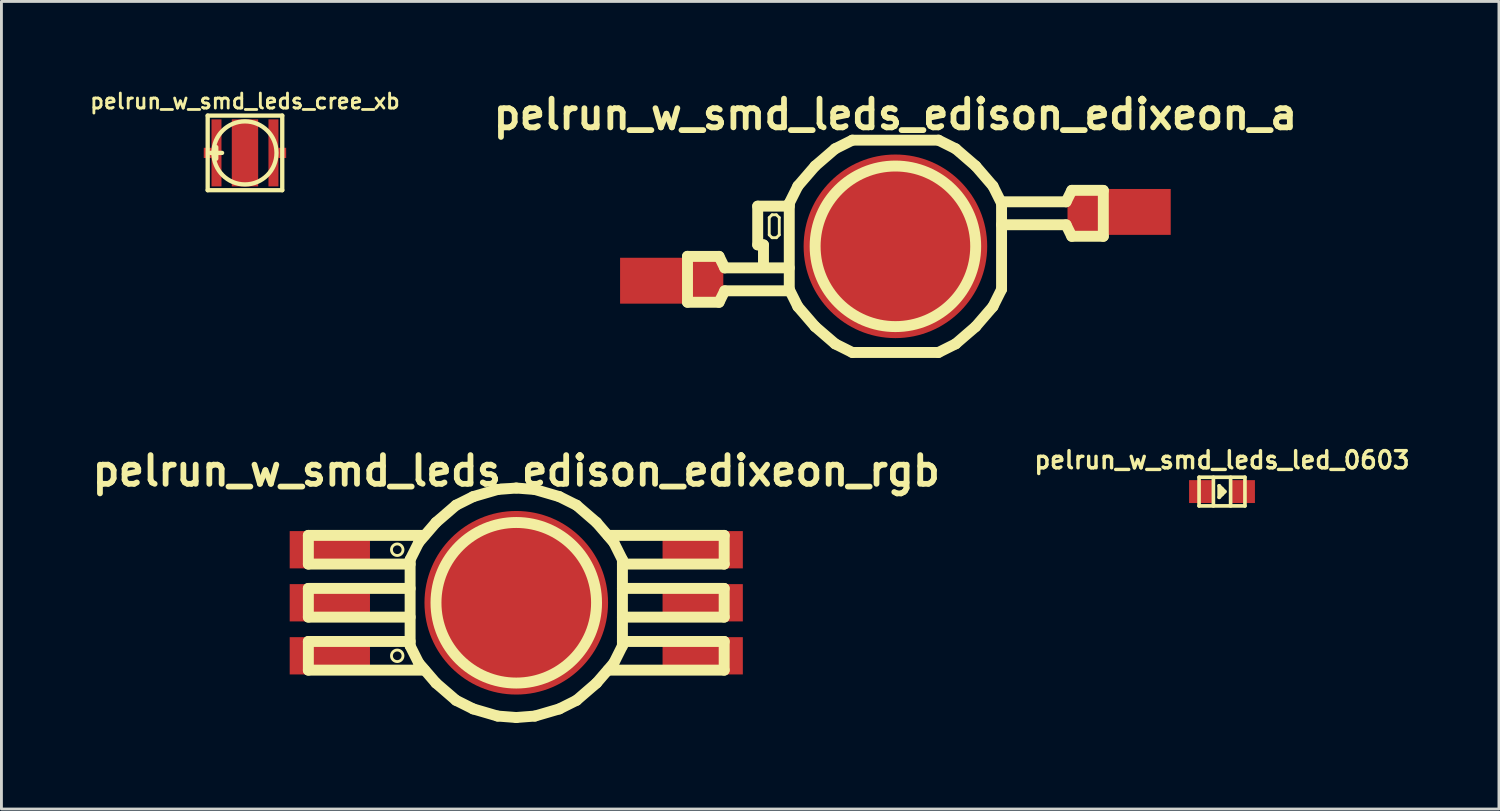
<source format=kicad_pcb>
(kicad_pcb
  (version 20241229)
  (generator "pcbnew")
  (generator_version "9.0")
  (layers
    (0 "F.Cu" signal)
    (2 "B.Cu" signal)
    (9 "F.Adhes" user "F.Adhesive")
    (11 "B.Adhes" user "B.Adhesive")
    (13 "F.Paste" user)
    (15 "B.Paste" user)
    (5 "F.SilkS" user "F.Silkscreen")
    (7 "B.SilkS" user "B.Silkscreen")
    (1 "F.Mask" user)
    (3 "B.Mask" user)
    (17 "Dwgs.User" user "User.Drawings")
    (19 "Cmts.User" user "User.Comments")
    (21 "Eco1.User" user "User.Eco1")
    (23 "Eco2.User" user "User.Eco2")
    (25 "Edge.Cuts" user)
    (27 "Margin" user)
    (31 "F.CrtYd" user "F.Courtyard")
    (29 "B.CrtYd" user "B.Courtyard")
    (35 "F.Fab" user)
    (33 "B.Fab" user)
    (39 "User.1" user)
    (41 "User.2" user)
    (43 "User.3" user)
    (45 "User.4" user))
  (footprint "pelrun_w_smd_leds_edison_edixeon_rgb"
    (layer "F.Cu")
    (at 14.95 17.966)
    (property "Reference" "pelrun_w_smd_leds_edison_edixeon_rgb" (at 0 -4.6 0) (layer "F.SilkS") (effects (font (size 1.001 1.001) (thickness 0.201))))
    (attr through_hole)
    (fp_line (start -7.249 -2.349) (end -3.2 -2.349) (stroke (width 0.381) (type solid)) (layer "F.SilkS"))
    (fp_line (start -7.249 -1.349) (end -7.249 -2.349) (stroke (width 0.381) (type solid)) (layer "F.SilkS"))
    (fp_line (start -7.249 -0.5) (end -3.701 -0.5) (stroke (width 0.381) (type solid)) (layer "F.SilkS"))
    (fp_line (start -7.249 0.5) (end -7.249 -0.5) (stroke (width 0.381) (type solid)) (layer "F.SilkS"))
    (fp_line (start -7.249 1.349) (end -7.249 2.349) (stroke (width 0.381) (type solid)) (layer "F.SilkS"))
    (fp_line (start -7.249 2.349) (end -3.2 2.349) (stroke (width 0.381) (type solid)) (layer "F.SilkS"))
    (fp_line (start -3.701 -1.501) (end -3.401 -2.101) (stroke (width 0.381) (type solid)) (layer "F.SilkS"))
    (fp_line (start -3.701 -1.349) (end -7.249 -1.349) (stroke (width 0.381) (type solid)) (layer "F.SilkS"))
    (fp_line (start -3.701 0.5) (end -7.249 0.5) (stroke (width 0.381) (type solid)) (layer "F.SilkS"))
    (fp_line (start -3.701 1.349) (end -7.249 1.349) (stroke (width 0.381) (type solid)) (layer "F.SilkS"))
    (fp_line (start -3.701 1.501) (end -3.701 -1.501) (stroke (width 0.381) (type solid)) (layer "F.SilkS"))
    (fp_line (start -3.701 1.501) (end -3.401 2.101) (stroke (width 0.381) (type solid)) (layer "F.SilkS"))
    (fp_line (start -3.401 -2.101) (end -2.799 -2.799) (stroke (width 0.381) (type solid)) (layer "F.SilkS"))
    (fp_line (start -2.799 -2.799) (end -2.101 -3.401) (stroke (width 0.381) (type solid)) (layer "F.SilkS"))
    (fp_line (start -2.799 2.799) (end -3.401 2.101) (stroke (width 0.381) (type solid)) (layer "F.SilkS"))
    (fp_line (start -2.101 -3.401) (end -1.501 -3.701) (stroke (width 0.381) (type solid)) (layer "F.SilkS"))
    (fp_line (start -2.101 3.401) (end -2.799 2.799) (stroke (width 0.381) (type solid)) (layer "F.SilkS"))
    (fp_line (start -1.501 3.701) (end -2.101 3.401) (stroke (width 0.381) (type solid)) (layer "F.SilkS"))
    (fp_line (start -1.501 3.701) (end -0.65 3.95) (stroke (width 0.381) (type solid)) (layer "F.SilkS"))
    (fp_line (start -0.65 -3.95) (end -1.501 -3.701) (stroke (width 0.381) (type solid)) (layer "F.SilkS"))
    (fp_line (start -0.65 -3.95) (end 0 -4) (stroke (width 0.381) (type solid)) (layer "F.SilkS"))
    (fp_line (start -0.65 3.95) (end 0 4) (stroke (width 0.381) (type solid)) (layer "F.SilkS"))
    (fp_line (start 0 -4) (end 0.65 -3.95) (stroke (width 0.381) (type solid)) (layer "F.SilkS"))
    (fp_line (start 0.65 -3.95) (end 1.501 -3.701) (stroke (width 0.381) (type solid)) (layer "F.SilkS"))
    (fp_line (start 0.65 3.95) (end 0 4) (stroke (width 0.381) (type solid)) (layer "F.SilkS"))
    (fp_line (start 0.65 3.95) (end 1.501 3.701) (stroke (width 0.381) (type solid)) (layer "F.SilkS"))
    (fp_line (start 1.501 -3.701) (end 2.101 -3.401) (stroke (width 0.381) (type solid)) (layer "F.SilkS"))
    (fp_line (start 1.501 3.701) (end 2.101 3.401) (stroke (width 0.381) (type solid)) (layer "F.SilkS"))
    (fp_line (start 2.101 -3.401) (end 2.799 -2.799) (stroke (width 0.381) (type solid)) (layer "F.SilkS"))
    (fp_line (start 2.799 -2.799) (end 3.401 -2.101) (stroke (width 0.381) (type solid)) (layer "F.SilkS"))
    (fp_line (start 2.799 2.799) (end 2.101 3.401) (stroke (width 0.381) (type solid)) (layer "F.SilkS"))
    (fp_line (start 3.2 -2.349) (end 7.249 -2.349) (stroke (width 0.381) (type solid)) (layer "F.SilkS"))
    (fp_line (start 3.401 2.101) (end 2.799 2.799) (stroke (width 0.381) (type solid)) (layer "F.SilkS"))
    (fp_line (start 3.701 -1.501) (end 3.401 -2.101) (stroke (width 0.381) (type solid)) (layer "F.SilkS"))
    (fp_line (start 3.701 -1.501) (end 3.701 1.501) (stroke (width 0.381) (type solid)) (layer "F.SilkS"))
    (fp_line (start 3.701 -0.5) (end 7.249 -0.5) (stroke (width 0.381) (type solid)) (layer "F.SilkS"))
    (fp_line (start 3.701 1.349) (end 7.249 1.349) (stroke (width 0.381) (type solid)) (layer "F.SilkS"))
    (fp_line (start 3.701 1.501) (end 3.401 2.101) (stroke (width 0.381) (type solid)) (layer "F.SilkS"))
    (fp_line (start 7.249 -2.349) (end 7.249 -1.349) (stroke (width 0.381) (type solid)) (layer "F.SilkS"))
    (fp_line (start 7.249 -1.349) (end 3.701 -1.349) (stroke (width 0.381) (type solid)) (layer "F.SilkS"))
    (fp_line (start 7.249 -0.5) (end 7.249 0.5) (stroke (width 0.381) (type solid)) (layer "F.SilkS"))
    (fp_line (start 7.249 0.5) (end 3.701 0.5) (stroke (width 0.381) (type solid)) (layer "F.SilkS"))
    (fp_line (start 7.249 1.349) (end 7.249 2.349) (stroke (width 0.381) (type solid)) (layer "F.SilkS"))
    (fp_line (start 7.249 2.349) (end 3.2 2.349) (stroke (width 0.381) (type solid)) (layer "F.SilkS"))
    (fp_circle (center -4.15 -1.849) (end -4.351 -1.849) (stroke (width 0.099) (type solid)) (fill no) (layer "F.SilkS"))
    (fp_circle (center -4.15 1.849) (end -4.351 1.849) (stroke (width 0.099) (type solid)) (fill no) (layer "F.SilkS"))
    (fp_circle (center 0 0) (end -2.799 0) (stroke (width 0.381) (type solid)) (fill no) (layer "F.SilkS"))
    (pad "1" smd rect (at -6.5 -1.849) (size 2.799 1.3) (layers "F.Cu" "F.Mask" "F.Paste"))
    (pad "2" smd rect (at -6.5 1.849) (size 2.799 1.3) (layers "F.Cu" "F.Mask" "F.Paste"))
    (pad "3" smd rect (at -6.5 0) (size 2.799 1.3) (layers "F.Cu" "F.Mask" "F.Paste"))
    (pad "4" smd rect (at 6.5 0) (size 2.799 1.3) (layers "F.Cu" "F.Mask" "F.Paste"))
    (pad "5" smd rect (at 6.5 1.849) (size 2.799 1.3) (layers "F.Cu" "F.Mask" "F.Paste"))
    (pad "6" smd rect (at 6.5 -1.849) (size 2.799 1.3) (layers "F.Cu" "F.Mask" "F.Paste"))
    (pad "7" smd circle (at 0 0) (size 6.401 6.401) (layers "F.Cu" "F.Mask" "F.Paste")))
  (footprint "pelrun_w_smd_leds_cree_xb"
    (layer "F.Cu")
    (at 5.491 2.281)
    (property "Reference" "pelrun_w_smd_leds_cree_xb" (at 0 -1.801 0) (layer "F.SilkS") (effects (font (size 0.523 0.523) (thickness 0.099))))
    (attr through_hole)
    (fp_line (start -1.3 -1.3) (end 1.3 -1.3) (stroke (width 0.15) (type solid)) (layer "F.SilkS"))
    (fp_line (start -1.3 1.3) (end -1.3 -1.3) (stroke (width 0.15) (type solid)) (layer "F.SilkS"))
    (fp_line (start -1.001 0.201) (end -1.001 -0.201) (stroke (width 0.15) (type solid)) (layer "F.SilkS"))
    (fp_line (start -0.798 0) (end -1.199 0) (stroke (width 0.15) (type solid)) (layer "F.SilkS"))
    (fp_line (start 1.3 -1.3) (end 1.3 1.3) (stroke (width 0.15) (type solid)) (layer "F.SilkS"))
    (fp_line (start 1.3 1.3) (end -1.3 1.3) (stroke (width 0.15) (type solid)) (layer "F.SilkS"))
    (fp_circle (center 0 0) (end -1.1 0) (stroke (width 0.15) (type solid)) (fill no) (layer "F.SilkS"))
    (pad "1" smd rect (at -1.298 0) (size 0.277 0.356) (layers "F.Cu" "F.Mask"))
    (pad "1" smd rect (at -0.993 0) (size 0.348 2.337) (layers "F.Cu" "F.Mask" "F.Paste"))
    (pad "2" smd rect (at 0.993 0) (size 0.348 2.337) (layers "F.Cu" "F.Mask" "F.Paste"))
    (pad "2" smd rect (at 1.298 0) (size 0.277 0.356) (layers "F.Cu" "F.Mask"))
    (pad "3" smd rect (at 0 0) (size 0.919 2.337) (layers "F.Cu" "F.Mask" "F.Paste")))
  (footprint "pelrun_w_smd_leds_led_0603"
    (layer "F.Cu")
    (at 39.556 14.089)
    (property "Reference" "pelrun_w_smd_leds_led_0603" (at 0 -1.1 0) (layer "F.SilkS") (effects (font (size 0.599 0.599) (thickness 0.119))))
    (attr through_hole)
    (fp_line (start -0.8 -0.5) (end 0.8 -0.5) (stroke (width 0.127) (type solid)) (layer "F.SilkS"))
    (fp_line (start -0.8 0.5) (end -0.8 -0.5) (stroke (width 0.127) (type solid)) (layer "F.SilkS"))
    (fp_line (start -0.3 -0.5) (end -0.3 0.5) (stroke (width 0.127) (type solid)) (layer "F.SilkS"))
    (fp_line (start -0.099 -0.201) (end -0.099 0.201) (stroke (width 0.127) (type solid)) (layer "F.SilkS"))
    (fp_line (start -0.099 0.201) (end 0.099 0) (stroke (width 0.127) (type solid)) (layer "F.SilkS"))
    (fp_line (start 0 0.099) (end 0 -0.099) (stroke (width 0.127) (type solid)) (layer "F.SilkS"))
    (fp_line (start 0.099 0) (end -0.099 -0.201) (stroke (width 0.127) (type solid)) (layer "F.SilkS"))
    (fp_line (start 0.3 0.5) (end 0.3 -0.5) (stroke (width 0.127) (type solid)) (layer "F.SilkS"))
    (fp_line (start 0.8 -0.5) (end 0.8 0.5) (stroke (width 0.127) (type solid)) (layer "F.SilkS"))
    (fp_line (start 0.8 0.5) (end -0.8 0.5) (stroke (width 0.127) (type solid)) (layer "F.SilkS"))
    (pad "1" smd rect (at -0.749 0) (size 0.798 0.798) (layers "F.Cu" "F.Mask" "F.Paste"))
    (pad "2" smd rect (at 0.749 0) (size 0.798 0.798) (layers "F.Cu" "F.Mask" "F.Paste")))
  (footprint "pelrun_w_smd_leds_edison_edixeon_a"
    (layer "F.Cu")
    (at 28.169 5.538)
    (property "Reference" "pelrun_w_smd_leds_edison_edixeon_a" (at 0 -4.6 0) (layer "F.SilkS") (effects (font (size 1.001 1.001) (thickness 0.201))))
    (attr through_hole)
    (fp_line (start -7.249 0.351) (end -6.149 0.351) (stroke (width 0.381) (type solid)) (layer "F.SilkS"))
    (fp_line (start -7.249 1.948) (end -7.249 0.348) (stroke (width 0.381) (type solid)) (layer "F.SilkS"))
    (fp_line (start -7.249 1.951) (end -6.149 1.951) (stroke (width 0.381) (type solid)) (layer "F.SilkS"))
    (fp_line (start -5.951 0.752) (end -6.149 0.351) (stroke (width 0.381) (type solid)) (layer "F.SilkS"))
    (fp_line (start -5.951 0.752) (end -3.701 0.752) (stroke (width 0.381) (type solid)) (layer "F.SilkS"))
    (fp_line (start -5.951 1.552) (end -6.149 1.951) (stroke (width 0.381) (type solid)) (layer "F.SilkS"))
    (fp_line (start -5.951 1.552) (end -3.701 1.552) (stroke (width 0.381) (type solid)) (layer "F.SilkS"))
    (fp_line (start -4.801 -1.4) (end -4.801 -0.051) (stroke (width 0.381) (type solid)) (layer "F.SilkS"))
    (fp_line (start -4.801 -0.051) (end -4.6 -0.051) (stroke (width 0.381) (type solid)) (layer "F.SilkS"))
    (fp_line (start -4.6 -0.051) (end -4.6 0.701) (stroke (width 0.381) (type solid)) (layer "F.SilkS"))
    (fp_line (start -4.399 -1.001) (end -4.399 -0.399) (stroke (width 0.099) (type solid)) (layer "F.SilkS"))
    (fp_line (start -4.399 -0.399) (end -4.3 -0.3) (stroke (width 0.099) (type solid)) (layer "F.SilkS"))
    (fp_line (start -4.3 -1.1) (end -4.399 -1.001) (stroke (width 0.099) (type solid)) (layer "F.SilkS"))
    (fp_line (start -4.3 -0.3) (end -4.15 -0.3) (stroke (width 0.099) (type solid)) (layer "F.SilkS"))
    (fp_line (start -4.15 -1.1) (end -4.3 -1.1) (stroke (width 0.099) (type solid)) (layer "F.SilkS"))
    (fp_line (start -4.15 -0.3) (end -4.049 -0.399) (stroke (width 0.099) (type solid)) (layer "F.SilkS"))
    (fp_line (start -4.049 -1.001) (end -4.15 -1.1) (stroke (width 0.099) (type solid)) (layer "F.SilkS"))
    (fp_line (start -4.049 -0.399) (end -4.049 -1.001) (stroke (width 0.099) (type solid)) (layer "F.SilkS"))
    (fp_line (start -3.701 -1.501) (end -3.401 -2.101) (stroke (width 0.381) (type solid)) (layer "F.SilkS"))
    (fp_line (start -3.701 -1.4) (end -4.801 -1.4) (stroke (width 0.381) (type solid)) (layer "F.SilkS"))
    (fp_line (start -3.701 1.501) (end -3.701 -1.501) (stroke (width 0.381) (type solid)) (layer "F.SilkS"))
    (fp_line (start -3.701 1.501) (end -3.401 2.101) (stroke (width 0.381) (type solid)) (layer "F.SilkS"))
    (fp_line (start -3.401 -2.101) (end -2.799 -2.799) (stroke (width 0.381) (type solid)) (layer "F.SilkS"))
    (fp_line (start -2.799 -2.799) (end -2.101 -3.401) (stroke (width 0.381) (type solid)) (layer "F.SilkS"))
    (fp_line (start -2.799 2.799) (end -3.401 2.101) (stroke (width 0.381) (type solid)) (layer "F.SilkS"))
    (fp_line (start -2.101 -3.401) (end -1.501 -3.701) (stroke (width 0.381) (type solid)) (layer "F.SilkS"))
    (fp_line (start -2.101 3.401) (end -2.799 2.799) (stroke (width 0.381) (type solid)) (layer "F.SilkS"))
    (fp_line (start -1.501 -3.701) (end 1.501 -3.701) (stroke (width 0.381) (type solid)) (layer "F.SilkS"))
    (fp_line (start -1.501 3.701) (end -2.101 3.401) (stroke (width 0.381) (type solid)) (layer "F.SilkS"))
    (fp_line (start 1.501 -3.701) (end 2.101 -3.401) (stroke (width 0.381) (type solid)) (layer "F.SilkS"))
    (fp_line (start 1.501 3.701) (end -1.501 3.701) (stroke (width 0.381) (type solid)) (layer "F.SilkS"))
    (fp_line (start 1.501 3.701) (end 2.101 3.401) (stroke (width 0.381) (type solid)) (layer "F.SilkS"))
    (fp_line (start 2.101 -3.401) (end 2.799 -2.799) (stroke (width 0.381) (type solid)) (layer "F.SilkS"))
    (fp_line (start 2.799 -2.799) (end 3.401 -2.101) (stroke (width 0.381) (type solid)) (layer "F.SilkS"))
    (fp_line (start 2.799 2.799) (end 2.101 3.401) (stroke (width 0.381) (type solid)) (layer "F.SilkS"))
    (fp_line (start 3.401 2.101) (end 2.799 2.799) (stroke (width 0.381) (type solid)) (layer "F.SilkS"))
    (fp_line (start 3.701 -1.552) (end 5.951 -1.552) (stroke (width 0.381) (type solid)) (layer "F.SilkS"))
    (fp_line (start 3.701 -1.501) (end 3.401 -2.101) (stroke (width 0.381) (type solid)) (layer "F.SilkS"))
    (fp_line (start 3.701 -1.501) (end 3.701 1.501) (stroke (width 0.381) (type solid)) (layer "F.SilkS"))
    (fp_line (start 3.701 1.501) (end 3.401 2.101) (stroke (width 0.381) (type solid)) (layer "F.SilkS"))
    (fp_line (start 5.951 -0.752) (end 3.701 -0.752) (stroke (width 0.381) (type solid)) (layer "F.SilkS"))
    (fp_line (start 5.951 -0.749) (end 6.149 -0.348) (stroke (width 0.381) (type solid)) (layer "F.SilkS"))
    (fp_line (start 6.149 -1.951) (end 5.951 -1.552) (stroke (width 0.381) (type solid)) (layer "F.SilkS"))
    (fp_line (start 6.149 -0.351) (end 7.249 -0.351) (stroke (width 0.381) (type solid)) (layer "F.SilkS"))
    (fp_line (start 7.249 -1.951) (end 6.149 -1.951) (stroke (width 0.381) (type solid)) (layer "F.SilkS"))
    (fp_line (start 7.249 -0.348) (end 7.249 -1.948) (stroke (width 0.381) (type solid)) (layer "F.SilkS"))
    (fp_circle (center 0 0) (end -2.799 0) (stroke (width 0.381) (type solid)) (fill no) (layer "F.SilkS"))
    (pad "1" smd rect (at -7.8 1.199) (size 3.599 1.6) (layers "F.Cu" "F.Mask" "F.Paste"))
    (pad "2" smd rect (at 7.8 -1.199) (size 3.599 1.6) (layers "F.Cu" "F.Mask" "F.Paste"))
    (pad "3" smd circle (at 0 0) (size 6.401 6.401) (layers "F.Cu" "F.Mask" "F.Paste")))
  (gr_rect
    (start -3 -3)
    (end 49.212 25.157)
    (stroke (width 0.1) (type default))
    (fill no)
    (layer "Edge.Cuts")))
</source>
